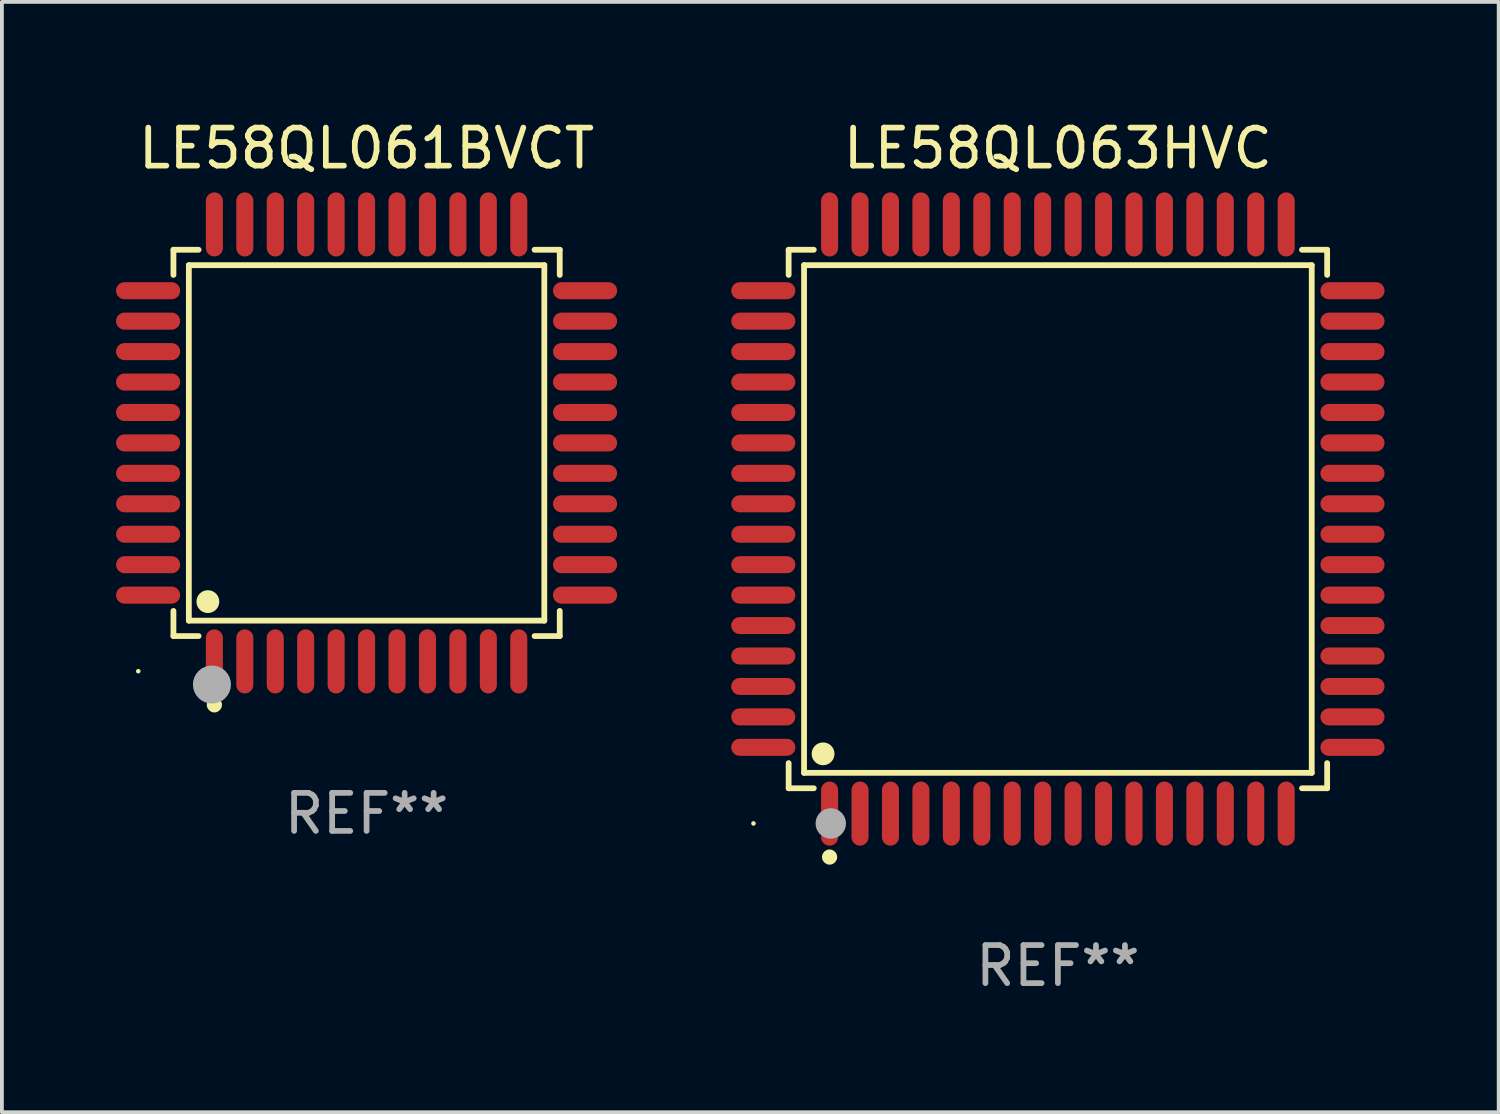
<source format=kicad_pcb>
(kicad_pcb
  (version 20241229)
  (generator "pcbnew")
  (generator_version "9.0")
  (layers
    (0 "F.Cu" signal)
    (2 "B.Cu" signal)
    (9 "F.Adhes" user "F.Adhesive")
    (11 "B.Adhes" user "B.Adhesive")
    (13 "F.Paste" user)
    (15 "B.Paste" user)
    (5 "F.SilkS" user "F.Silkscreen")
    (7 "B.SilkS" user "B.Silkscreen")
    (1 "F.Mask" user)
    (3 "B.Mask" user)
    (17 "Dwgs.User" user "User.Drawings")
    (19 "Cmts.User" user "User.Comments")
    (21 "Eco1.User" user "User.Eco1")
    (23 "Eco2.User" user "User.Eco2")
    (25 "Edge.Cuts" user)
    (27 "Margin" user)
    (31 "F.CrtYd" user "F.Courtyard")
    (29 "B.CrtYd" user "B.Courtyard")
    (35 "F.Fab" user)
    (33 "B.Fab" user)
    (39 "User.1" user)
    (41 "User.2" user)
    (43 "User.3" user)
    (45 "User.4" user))
  (footprint "LE58QL063HVC"
    (layer "F.Cu")
    (at 24.752 10.59)
    (property "Reference" "LE58QL063HVC" (at 0 -9.742 0) (layer "F.SilkS") (effects (font (size 1 1) (thickness 0.15))))
    (attr through_hole)
    (fp_line (start -7.076 -7.076) (end -6.415 -7.076) (stroke (width 0.152) (type solid)) (layer "F.SilkS"))
    (fp_line (start -7.076 -6.415) (end -7.076 -7.076) (stroke (width 0.152) (type solid)) (layer "F.SilkS"))
    (fp_line (start -7.076 6.415) (end -7.076 7.076) (stroke (width 0.152) (type solid)) (layer "F.SilkS"))
    (fp_line (start -7.076 7.076) (end -6.415 7.076) (stroke (width 0.152) (type solid)) (layer "F.SilkS"))
    (fp_line (start -6.671 -6.671) (end 6.671 -6.671) (stroke (width 0.152) (type solid)) (layer "F.SilkS"))
    (fp_line (start -6.671 6.671) (end -6.671 -6.671) (stroke (width 0.152) (type solid)) (layer "F.SilkS"))
    (fp_line (start 6.671 -6.671) (end 6.671 6.671) (stroke (width 0.152) (type solid)) (layer "F.SilkS"))
    (fp_line (start 6.671 6.671) (end -6.671 6.671) (stroke (width 0.152) (type solid)) (layer "F.SilkS"))
    (fp_line (start 7.076 -7.076) (end 6.415 -7.076) (stroke (width 0.152) (type solid)) (layer "F.SilkS"))
    (fp_line (start 7.076 -6.415) (end 7.076 -7.076) (stroke (width 0.152) (type solid)) (layer "F.SilkS"))
    (fp_line (start 7.076 6.415) (end 7.076 7.076) (stroke (width 0.152) (type solid)) (layer "F.SilkS"))
    (fp_line (start 7.076 7.076) (end 6.415 7.076) (stroke (width 0.152) (type solid)) (layer "F.SilkS"))
    (fp_circle (center -8 8) (end -7.97 8) (stroke (width 0.06) (type solid)) (fill no) (layer "F.SilkS"))
    (fp_circle (center -6.171 6.171) (end -6.021 6.171) (stroke (width 0.3) (type solid)) (fill no) (layer "F.SilkS"))
    (fp_circle (center -6 8.884) (end -5.9 8.884) (stroke (width 0.2) (type solid)) (fill no) (layer "F.SilkS"))
    (fp_circle (center -5.969 8.001) (end -5.769 8.001) (stroke (width 0.4) (type solid)) (fill no) (layer "F.Fab"))
    (fp_text user "REF**" (at 0 11.742 0) (layer "F.Fab") (effects (font (size 1 1) (thickness 0.15))))
    (pad "1" smd oval (at -6 7.742) (size 0.448 1.684) (layers "F.Cu" "F.Mask" "F.Paste"))
    (pad "2" smd oval (at -5.2 7.742) (size 0.448 1.684) (layers "F.Cu" "F.Mask" "F.Paste"))
    (pad "3" smd oval (at -4.4 7.742) (size 0.448 1.684) (layers "F.Cu" "F.Mask" "F.Paste"))
    (pad "4" smd oval (at -3.6 7.742) (size 0.448 1.684) (layers "F.Cu" "F.Mask" "F.Paste"))
    (pad "5" smd oval (at -2.8 7.742) (size 0.448 1.684) (layers "F.Cu" "F.Mask" "F.Paste"))
    (pad "6" smd oval (at -2 7.742) (size 0.448 1.684) (layers "F.Cu" "F.Mask" "F.Paste"))
    (pad "7" smd oval (at -1.2 7.742) (size 0.448 1.684) (layers "F.Cu" "F.Mask" "F.Paste"))
    (pad "8" smd oval (at -0.4 7.742) (size 0.448 1.684) (layers "F.Cu" "F.Mask" "F.Paste"))
    (pad "9" smd oval (at 0.4 7.742) (size 0.448 1.684) (layers "F.Cu" "F.Mask" "F.Paste"))
    (pad "10" smd oval (at 1.2 7.742) (size 0.448 1.684) (layers "F.Cu" "F.Mask" "F.Paste"))
    (pad "11" smd oval (at 2 7.742) (size 0.448 1.684) (layers "F.Cu" "F.Mask" "F.Paste"))
    (pad "12" smd oval (at 2.8 7.742) (size 0.448 1.684) (layers "F.Cu" "F.Mask" "F.Paste"))
    (pad "13" smd oval (at 3.6 7.742) (size 0.448 1.684) (layers "F.Cu" "F.Mask" "F.Paste"))
    (pad "14" smd oval (at 4.4 7.742) (size 0.448 1.684) (layers "F.Cu" "F.Mask" "F.Paste"))
    (pad "15" smd oval (at 5.2 7.742) (size 0.448 1.684) (layers "F.Cu" "F.Mask" "F.Paste"))
    (pad "16" smd oval (at 6 7.742) (size 0.448 1.684) (layers "F.Cu" "F.Mask" "F.Paste"))
    (pad "17" smd oval (at 7.742 6) (size 1.684 0.448) (layers "F.Cu" "F.Mask" "F.Paste"))
    (pad "18" smd oval (at 7.742 5.2) (size 1.684 0.448) (layers "F.Cu" "F.Mask" "F.Paste"))
    (pad "19" smd oval (at 7.742 4.4) (size 1.684 0.448) (layers "F.Cu" "F.Mask" "F.Paste"))
    (pad "20" smd oval (at 7.742 3.6) (size 1.684 0.448) (layers "F.Cu" "F.Mask" "F.Paste"))
    (pad "21" smd oval (at 7.742 2.8) (size 1.684 0.448) (layers "F.Cu" "F.Mask" "F.Paste"))
    (pad "22" smd oval (at 7.742 2) (size 1.684 0.448) (layers "F.Cu" "F.Mask" "F.Paste"))
    (pad "23" smd oval (at 7.742 1.2) (size 1.684 0.448) (layers "F.Cu" "F.Mask" "F.Paste"))
    (pad "24" smd oval (at 7.742 0.4) (size 1.684 0.448) (layers "F.Cu" "F.Mask" "F.Paste"))
    (pad "25" smd oval (at 7.742 -0.4) (size 1.684 0.448) (layers "F.Cu" "F.Mask" "F.Paste"))
    (pad "26" smd oval (at 7.742 -1.2) (size 1.684 0.448) (layers "F.Cu" "F.Mask" "F.Paste"))
    (pad "27" smd oval (at 7.742 -2) (size 1.684 0.448) (layers "F.Cu" "F.Mask" "F.Paste"))
    (pad "28" smd oval (at 7.742 -2.8) (size 1.684 0.448) (layers "F.Cu" "F.Mask" "F.Paste"))
    (pad "29" smd oval (at 7.742 -3.6) (size 1.684 0.448) (layers "F.Cu" "F.Mask" "F.Paste"))
    (pad "30" smd oval (at 7.742 -4.4) (size 1.684 0.448) (layers "F.Cu" "F.Mask" "F.Paste"))
    (pad "31" smd oval (at 7.742 -5.2) (size 1.684 0.448) (layers "F.Cu" "F.Mask" "F.Paste"))
    (pad "32" smd oval (at 7.742 -6) (size 1.684 0.448) (layers "F.Cu" "F.Mask" "F.Paste"))
    (pad "33" smd oval (at 6 -7.742) (size 0.448 1.684) (layers "F.Cu" "F.Mask" "F.Paste"))
    (pad "34" smd oval (at 5.2 -7.742) (size 0.448 1.684) (layers "F.Cu" "F.Mask" "F.Paste"))
    (pad "35" smd oval (at 4.4 -7.742) (size 0.448 1.684) (layers "F.Cu" "F.Mask" "F.Paste"))
    (pad "36" smd oval (at 3.6 -7.742) (size 0.448 1.684) (layers "F.Cu" "F.Mask" "F.Paste"))
    (pad "37" smd oval (at 2.8 -7.742) (size 0.448 1.684) (layers "F.Cu" "F.Mask" "F.Paste"))
    (pad "38" smd oval (at 2 -7.742) (size 0.448 1.684) (layers "F.Cu" "F.Mask" "F.Paste"))
    (pad "39" smd oval (at 1.2 -7.742) (size 0.448 1.684) (layers "F.Cu" "F.Mask" "F.Paste"))
    (pad "40" smd oval (at 0.4 -7.742) (size 0.448 1.684) (layers "F.Cu" "F.Mask" "F.Paste"))
    (pad "41" smd oval (at -0.4 -7.742) (size 0.448 1.684) (layers "F.Cu" "F.Mask" "F.Paste"))
    (pad "42" smd oval (at -1.2 -7.742) (size 0.448 1.684) (layers "F.Cu" "F.Mask" "F.Paste"))
    (pad "43" smd oval (at -2 -7.742) (size 0.448 1.684) (layers "F.Cu" "F.Mask" "F.Paste"))
    (pad "44" smd oval (at -2.8 -7.742) (size 0.448 1.684) (layers "F.Cu" "F.Mask" "F.Paste"))
    (pad "45" smd oval (at -3.6 -7.742) (size 0.448 1.684) (layers "F.Cu" "F.Mask" "F.Paste"))
    (pad "46" smd oval (at -4.4 -7.742) (size 0.448 1.684) (layers "F.Cu" "F.Mask" "F.Paste"))
    (pad "47" smd oval (at -5.2 -7.742) (size 0.448 1.684) (layers "F.Cu" "F.Mask" "F.Paste"))
    (pad "48" smd oval (at -6 -7.742) (size 0.448 1.684) (layers "F.Cu" "F.Mask" "F.Paste"))
    (pad "49" smd oval (at -7.742 -6) (size 1.684 0.448) (layers "F.Cu" "F.Mask" "F.Paste"))
    (pad "50" smd oval (at -7.742 -5.2) (size 1.684 0.448) (layers "F.Cu" "F.Mask" "F.Paste"))
    (pad "51" smd oval (at -7.742 -4.4) (size 1.684 0.448) (layers "F.Cu" "F.Mask" "F.Paste"))
    (pad "52" smd oval (at -7.742 -3.6) (size 1.684 0.448) (layers "F.Cu" "F.Mask" "F.Paste"))
    (pad "53" smd oval (at -7.742 -2.8) (size 1.684 0.448) (layers "F.Cu" "F.Mask" "F.Paste"))
    (pad "54" smd oval (at -7.742 -2) (size 1.684 0.448) (layers "F.Cu" "F.Mask" "F.Paste"))
    (pad "55" smd oval (at -7.742 -1.2) (size 1.684 0.448) (layers "F.Cu" "F.Mask" "F.Paste"))
    (pad "56" smd oval (at -7.742 -0.4) (size 1.684 0.448) (layers "F.Cu" "F.Mask" "F.Paste"))
    (pad "57" smd oval (at -7.742 0.4) (size 1.684 0.448) (layers "F.Cu" "F.Mask" "F.Paste"))
    (pad "58" smd oval (at -7.742 1.2) (size 1.684 0.448) (layers "F.Cu" "F.Mask" "F.Paste"))
    (pad "59" smd oval (at -7.742 2) (size 1.684 0.448) (layers "F.Cu" "F.Mask" "F.Paste"))
    (pad "60" smd oval (at -7.742 2.8) (size 1.684 0.448) (layers "F.Cu" "F.Mask" "F.Paste"))
    (pad "61" smd oval (at -7.742 3.6) (size 1.684 0.448) (layers "F.Cu" "F.Mask" "F.Paste"))
    (pad "62" smd oval (at -7.742 4.4) (size 1.684 0.448) (layers "F.Cu" "F.Mask" "F.Paste"))
    (pad "63" smd oval (at -7.742 5.2) (size 1.684 0.448) (layers "F.Cu" "F.Mask" "F.Paste"))
    (pad "64" smd oval (at -7.742 6) (size 1.684 0.448) (layers "F.Cu" "F.Mask" "F.Paste")))
  (footprint "LE58QL061BVCT"
    (layer "F.Cu")
    (at 6.584 8.59)
    (property "Reference" "LE58QL061BVCT" (at 0 -7.742 0) (layer "F.SilkS") (effects (font (size 1 1) (thickness 0.15))))
    (attr through_hole)
    (fp_line (start -5.076 -5.076) (end -4.415 -5.076) (stroke (width 0.152) (type solid)) (layer "F.SilkS"))
    (fp_line (start -5.076 -4.415) (end -5.076 -5.076) (stroke (width 0.152) (type solid)) (layer "F.SilkS"))
    (fp_line (start -5.076 4.415) (end -5.076 5.076) (stroke (width 0.152) (type solid)) (layer "F.SilkS"))
    (fp_line (start -5.076 5.076) (end -4.415 5.076) (stroke (width 0.152) (type solid)) (layer "F.SilkS"))
    (fp_line (start -4.671 -4.671) (end 4.671 -4.671) (stroke (width 0.152) (type solid)) (layer "F.SilkS"))
    (fp_line (start -4.671 4.671) (end -4.671 -4.671) (stroke (width 0.152) (type solid)) (layer "F.SilkS"))
    (fp_line (start 4.671 -4.671) (end 4.671 4.671) (stroke (width 0.152) (type solid)) (layer "F.SilkS"))
    (fp_line (start 4.671 4.671) (end -4.671 4.671) (stroke (width 0.152) (type solid)) (layer "F.SilkS"))
    (fp_line (start 5.076 -5.076) (end 4.415 -5.076) (stroke (width 0.152) (type solid)) (layer "F.SilkS"))
    (fp_line (start 5.076 -4.415) (end 5.076 -5.076) (stroke (width 0.152) (type solid)) (layer "F.SilkS"))
    (fp_line (start 5.076 4.415) (end 5.076 5.076) (stroke (width 0.152) (type solid)) (layer "F.SilkS"))
    (fp_line (start 5.076 5.076) (end 4.415 5.076) (stroke (width 0.152) (type solid)) (layer "F.SilkS"))
    (fp_circle (center -6 6) (end -5.97 6) (stroke (width 0.06) (type solid)) (fill no) (layer "F.SilkS"))
    (fp_circle (center -4.171 4.171) (end -4.021 4.171) (stroke (width 0.3) (type solid)) (fill no) (layer "F.SilkS"))
    (fp_circle (center -4 6.884) (end -3.9 6.884) (stroke (width 0.2) (type solid)) (fill no) (layer "F.SilkS"))
    (fp_circle (center -4.064 6.35) (end -3.814 6.35) (stroke (width 0.5) (type solid)) (fill no) (layer "F.Fab"))
    (fp_text user "REF**" (at 0 9.742 0) (layer "F.Fab") (effects (font (size 1 1) (thickness 0.15))))
    (pad "1" smd oval (at -4 5.742) (size 0.448 1.684) (layers "F.Cu" "F.Mask" "F.Paste"))
    (pad "2" smd oval (at -3.2 5.742) (size 0.448 1.684) (layers "F.Cu" "F.Mask" "F.Paste"))
    (pad "3" smd oval (at -2.4 5.742) (size 0.448 1.684) (layers "F.Cu" "F.Mask" "F.Paste"))
    (pad "4" smd oval (at -1.6 5.742) (size 0.448 1.684) (layers "F.Cu" "F.Mask" "F.Paste"))
    (pad "5" smd oval (at -0.8 5.742) (size 0.448 1.684) (layers "F.Cu" "F.Mask" "F.Paste"))
    (pad "6" smd oval (at 0 5.742) (size 0.448 1.684) (layers "F.Cu" "F.Mask" "F.Paste"))
    (pad "7" smd oval (at 0.8 5.742) (size 0.448 1.684) (layers "F.Cu" "F.Mask" "F.Paste"))
    (pad "8" smd oval (at 1.6 5.742) (size 0.448 1.684) (layers "F.Cu" "F.Mask" "F.Paste"))
    (pad "9" smd oval (at 2.4 5.742) (size 0.448 1.684) (layers "F.Cu" "F.Mask" "F.Paste"))
    (pad "10" smd oval (at 3.2 5.742) (size 0.448 1.684) (layers "F.Cu" "F.Mask" "F.Paste"))
    (pad "11" smd oval (at 4 5.742) (size 0.448 1.684) (layers "F.Cu" "F.Mask" "F.Paste"))
    (pad "12" smd oval (at 5.742 4) (size 1.684 0.448) (layers "F.Cu" "F.Mask" "F.Paste"))
    (pad "13" smd oval (at 5.742 3.2) (size 1.684 0.448) (layers "F.Cu" "F.Mask" "F.Paste"))
    (pad "14" smd oval (at 5.742 2.4) (size 1.684 0.448) (layers "F.Cu" "F.Mask" "F.Paste"))
    (pad "15" smd oval (at 5.742 1.6) (size 1.684 0.448) (layers "F.Cu" "F.Mask" "F.Paste"))
    (pad "16" smd oval (at 5.742 0.8) (size 1.684 0.448) (layers "F.Cu" "F.Mask" "F.Paste"))
    (pad "17" smd oval (at 5.742 0) (size 1.684 0.448) (layers "F.Cu" "F.Mask" "F.Paste"))
    (pad "18" smd oval (at 5.742 -0.8) (size 1.684 0.448) (layers "F.Cu" "F.Mask" "F.Paste"))
    (pad "19" smd oval (at 5.742 -1.6) (size 1.684 0.448) (layers "F.Cu" "F.Mask" "F.Paste"))
    (pad "20" smd oval (at 5.742 -2.4) (size 1.684 0.448) (layers "F.Cu" "F.Mask" "F.Paste"))
    (pad "21" smd oval (at 5.742 -3.2) (size 1.684 0.448) (layers "F.Cu" "F.Mask" "F.Paste"))
    (pad "22" smd oval (at 5.742 -4) (size 1.684 0.448) (layers "F.Cu" "F.Mask" "F.Paste"))
    (pad "23" smd oval (at 4 -5.742) (size 0.448 1.684) (layers "F.Cu" "F.Mask" "F.Paste"))
    (pad "24" smd oval (at 3.2 -5.742) (size 0.448 1.684) (layers "F.Cu" "F.Mask" "F.Paste"))
    (pad "25" smd oval (at 2.4 -5.742) (size 0.448 1.684) (layers "F.Cu" "F.Mask" "F.Paste"))
    (pad "26" smd oval (at 1.6 -5.742) (size 0.448 1.684) (layers "F.Cu" "F.Mask" "F.Paste"))
    (pad "27" smd oval (at 0.8 -5.742) (size 0.448 1.684) (layers "F.Cu" "F.Mask" "F.Paste"))
    (pad "28" smd oval (at 0 -5.742) (size 0.448 1.684) (layers "F.Cu" "F.Mask" "F.Paste"))
    (pad "29" smd oval (at -0.8 -5.742) (size 0.448 1.684) (layers "F.Cu" "F.Mask" "F.Paste"))
    (pad "30" smd oval (at -1.6 -5.742) (size 0.448 1.684) (layers "F.Cu" "F.Mask" "F.Paste"))
    (pad "31" smd oval (at -2.4 -5.742) (size 0.448 1.684) (layers "F.Cu" "F.Mask" "F.Paste"))
    (pad "32" smd oval (at -3.2 -5.742) (size 0.448 1.684) (layers "F.Cu" "F.Mask" "F.Paste"))
    (pad "33" smd oval (at -4 -5.742) (size 0.448 1.684) (layers "F.Cu" "F.Mask" "F.Paste"))
    (pad "34" smd oval (at -5.742 -4) (size 1.684 0.448) (layers "F.Cu" "F.Mask" "F.Paste"))
    (pad "35" smd oval (at -5.742 -3.2) (size 1.684 0.448) (layers "F.Cu" "F.Mask" "F.Paste"))
    (pad "36" smd oval (at -5.742 -2.4) (size 1.684 0.448) (layers "F.Cu" "F.Mask" "F.Paste"))
    (pad "37" smd oval (at -5.742 -1.6) (size 1.684 0.448) (layers "F.Cu" "F.Mask" "F.Paste"))
    (pad "38" smd oval (at -5.742 -0.8) (size 1.684 0.448) (layers "F.Cu" "F.Mask" "F.Paste"))
    (pad "39" smd oval (at -5.742 0) (size 1.684 0.448) (layers "F.Cu" "F.Mask" "F.Paste"))
    (pad "40" smd oval (at -5.742 0.8) (size 1.684 0.448) (layers "F.Cu" "F.Mask" "F.Paste"))
    (pad "41" smd oval (at -5.742 1.6) (size 1.684 0.448) (layers "F.Cu" "F.Mask" "F.Paste"))
    (pad "42" smd oval (at -5.742 2.4) (size 1.684 0.448) (layers "F.Cu" "F.Mask" "F.Paste"))
    (pad "43" smd oval (at -5.742 3.2) (size 1.684 0.448) (layers "F.Cu" "F.Mask" "F.Paste"))
    (pad "44" smd oval (at -5.742 4) (size 1.684 0.448) (layers "F.Cu" "F.Mask" "F.Paste")))
  (gr_rect
    (start -3 -3)
    (end 36.336 26.18)
    (stroke (width 0.1) (type default))
    (fill no)
    (layer "Edge.Cuts")))
</source>
